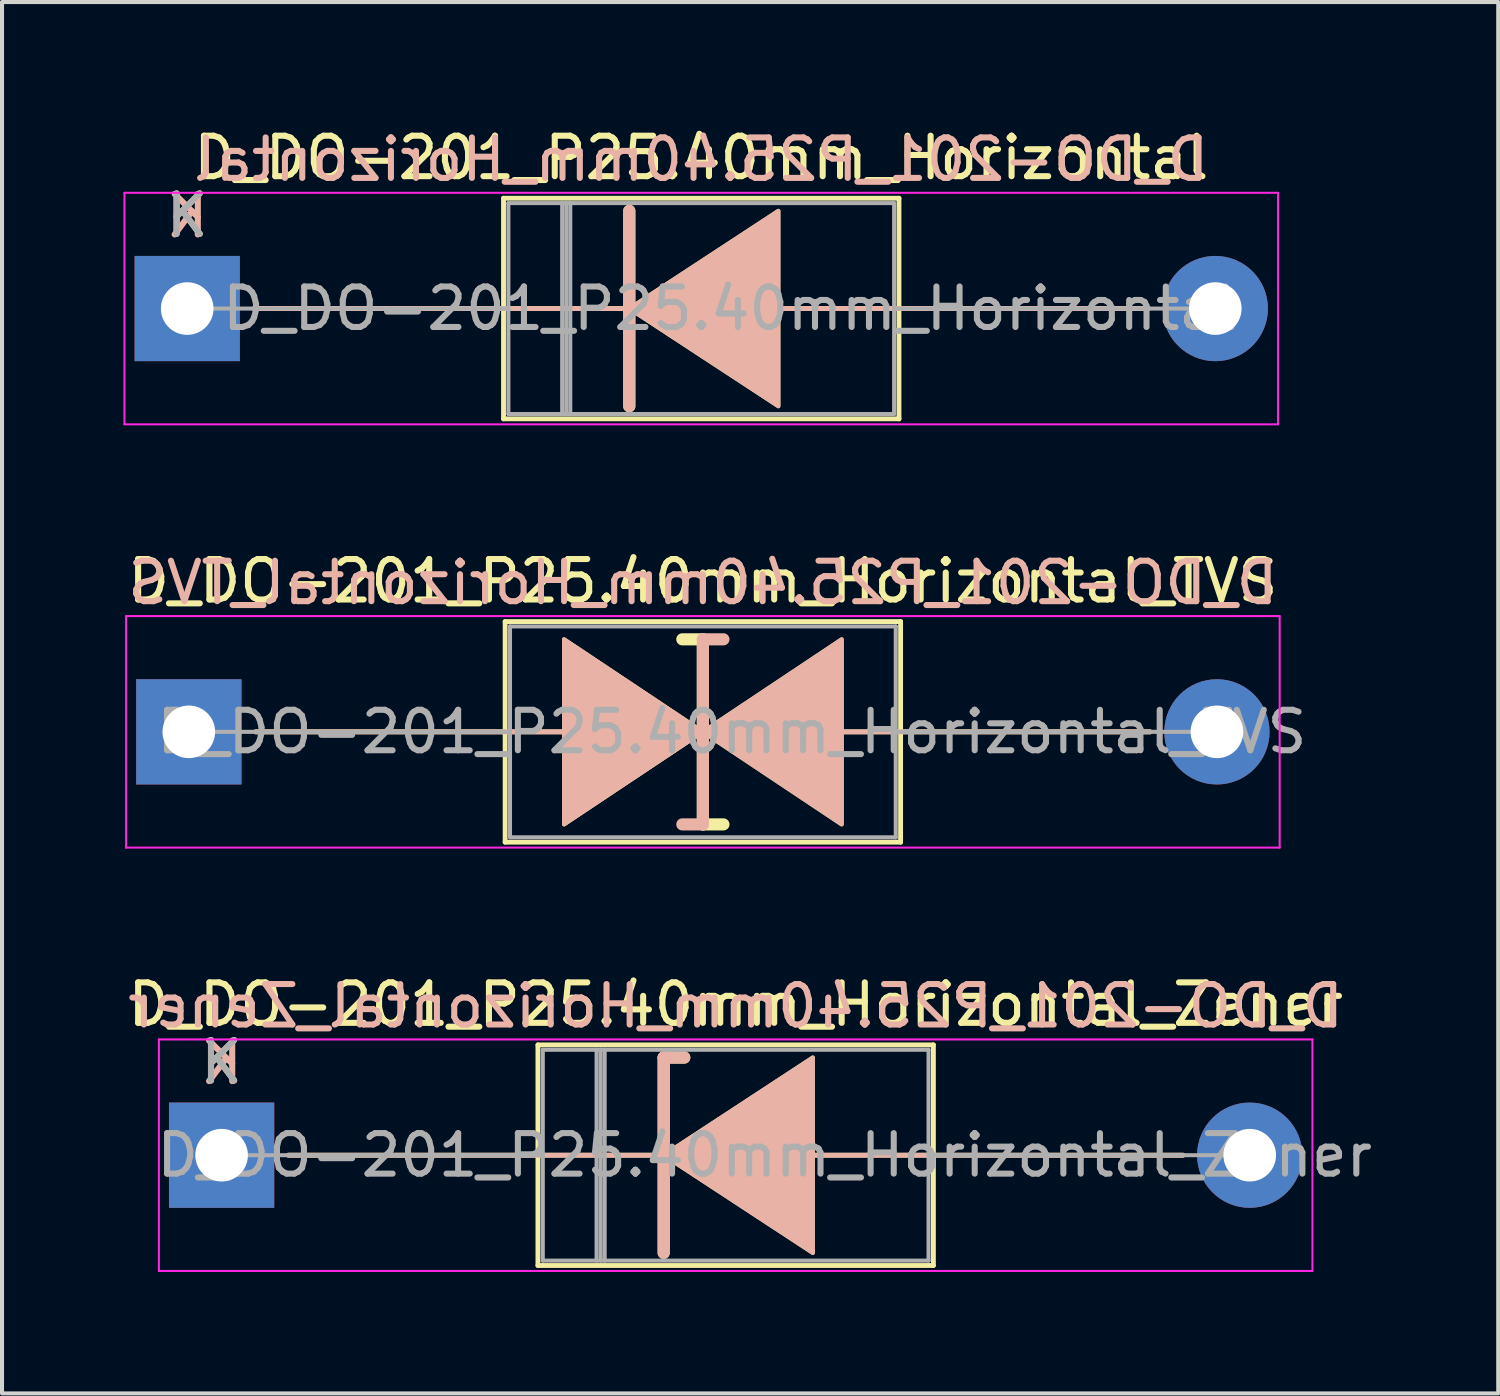
<source format=kicad_pcb>
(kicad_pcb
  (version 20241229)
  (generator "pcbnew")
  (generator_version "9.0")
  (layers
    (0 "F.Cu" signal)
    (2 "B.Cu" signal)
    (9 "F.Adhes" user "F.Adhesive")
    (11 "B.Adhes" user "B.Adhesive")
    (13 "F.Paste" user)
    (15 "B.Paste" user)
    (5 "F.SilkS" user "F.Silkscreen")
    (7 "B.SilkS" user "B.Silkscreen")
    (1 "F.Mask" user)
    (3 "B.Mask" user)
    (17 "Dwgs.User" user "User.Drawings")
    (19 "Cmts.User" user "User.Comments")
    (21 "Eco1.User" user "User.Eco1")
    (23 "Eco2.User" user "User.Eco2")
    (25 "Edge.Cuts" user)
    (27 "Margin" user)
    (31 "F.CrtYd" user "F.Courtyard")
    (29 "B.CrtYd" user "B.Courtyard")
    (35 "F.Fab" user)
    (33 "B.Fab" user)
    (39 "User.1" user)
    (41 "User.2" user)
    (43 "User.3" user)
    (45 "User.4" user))
  (footprint "D_DO-201_P25.40mm_Horizontal_TVS"
    (layer "F.Cu")
    (at 1.615 15.031)
    (property "Reference" "D_DO-201_P25.40mm_Horizontal_TVS" (at 12.7 -3.725 0) (layer "F.SilkS") (effects (font (size 1 1) (thickness 0.15))))
    (fp_line (start 1.651 0) (end 7.815 0) (stroke (width 0.12) (type solid)) (layer "F.SilkS"))
    (fp_line (start 7.815 -2.725) (end 7.815 2.725) (stroke (width 0.12) (type solid)) (layer "F.SilkS"))
    (fp_line (start 7.815 0) (end 9.271 0) (stroke (width 0.12) (type solid)) (layer "F.SilkS"))
    (fp_line (start 7.815 2.725) (end 17.585 2.725) (stroke (width 0.12) (type solid)) (layer "F.SilkS"))
    (fp_line (start 12.7 -2.286) (end 12.192 -2.286) (stroke (width 0.3) (type solid)) (layer "F.SilkS"))
    (fp_line (start 12.7 2.286) (end 12.7 -2.286) (stroke (width 0.3) (type solid)) (layer "F.SilkS"))
    (fp_line (start 13.208 2.286) (end 12.7 2.286) (stroke (width 0.3) (type solid)) (layer "F.SilkS"))
    (fp_line (start 16.129 0) (end 17.585 0) (stroke (width 0.12) (type solid)) (layer "F.SilkS"))
    (fp_line (start 17.585 -2.725) (end 7.815 -2.725) (stroke (width 0.12) (type solid)) (layer "F.SilkS"))
    (fp_line (start 17.585 2.725) (end 17.585 -2.725) (stroke (width 0.12) (type solid)) (layer "F.SilkS"))
    (fp_line (start 23.749 0) (end 17.585 0) (stroke (width 0.12) (type solid)) (layer "F.SilkS"))
    (fp_poly (pts (xy 12.7 0) (xy 9.271 2.286) (xy 9.271 -2.286)) (stroke (width 0.1) (type solid)) (fill yes) (layer "F.SilkS"))
    (fp_poly (pts (xy 12.7 0) (xy 16.129 -2.286) (xy 16.129 2.286)) (stroke (width 0.1) (type solid)) (fill yes) (layer "F.SilkS"))
    (fp_line (start 1.651 0) (end 7.815 0) (stroke (width 0.12) (type solid)) (layer "B.SilkS"))
    (fp_line (start 7.815 0) (end 9.271 0) (stroke (width 0.12) (type solid)) (layer "B.SilkS"))
    (fp_line (start 12.7 -2.286) (end 12.7 2.286) (stroke (width 0.3) (type solid)) (layer "B.SilkS"))
    (fp_line (start 12.7 2.286) (end 12.192 2.286) (stroke (width 0.3) (type solid)) (layer "B.SilkS"))
    (fp_line (start 13.208 -2.286) (end 12.7 -2.286) (stroke (width 0.3) (type solid)) (layer "B.SilkS"))
    (fp_line (start 16.129 0) (end 17.585 0) (stroke (width 0.12) (type solid)) (layer "B.SilkS"))
    (fp_line (start 23.749 0) (end 17.585 0) (stroke (width 0.12) (type solid)) (layer "B.SilkS"))
    (fp_poly (pts (xy 12.7 0) (xy 9.271 -2.286) (xy 9.271 2.286)) (stroke (width 0.1) (type solid)) (fill yes) (layer "B.SilkS"))
    (fp_poly (pts (xy 12.7 0) (xy 16.129 2.286) (xy 16.129 -2.286)) (stroke (width 0.1) (type solid)) (fill yes) (layer "B.SilkS"))
    (fp_line (start -1.55 -2.86) (end -1.55 2.86) (stroke (width 0.05) (type solid)) (layer "F.CrtYd"))
    (fp_line (start -1.55 2.86) (end 26.95 2.86) (stroke (width 0.05) (type solid)) (layer "F.CrtYd"))
    (fp_line (start 26.95 -2.86) (end -1.55 -2.86) (stroke (width 0.05) (type solid)) (layer "F.CrtYd"))
    (fp_line (start 26.95 2.86) (end 26.95 -2.86) (stroke (width 0.05) (type solid)) (layer "F.CrtYd"))
    (fp_line (start 0 0) (end 7.935 0) (stroke (width 0.1) (type solid)) (layer "F.Fab"))
    (fp_line (start 7.935 -2.605) (end 7.935 2.605) (stroke (width 0.1) (type solid)) (layer "F.Fab"))
    (fp_line (start 7.935 2.605) (end 17.465 2.605) (stroke (width 0.1) (type solid)) (layer "F.Fab"))
    (fp_line (start 17.465 -2.605) (end 7.935 -2.605) (stroke (width 0.1) (type solid)) (layer "F.Fab"))
    (fp_line (start 17.465 2.605) (end 17.465 -2.605) (stroke (width 0.1) (type solid)) (layer "F.Fab"))
    (fp_line (start 25.4 0) (end 17.465 0) (stroke (width 0.1) (type solid)) (layer "F.Fab"))
    (fp_text user "${REFERENCE}" (at 12.7 -3.683 0) (layer "B.SilkS") (effects (font (size 1 1) (thickness 0.15)) (justify mirror)))
    (fp_text user "${REFERENCE}" (at 13.415 0 0) (layer "F.Fab") (effects (font (size 1 1) (thickness 0.15))))
    (pad "1" thru_hole rect (at 0 0) (size 2.6 2.6) (drill 1.3) (layers "*.Cu" "*.Mask"))
    (pad "2" thru_hole oval (at 25.4 0) (size 2.6 2.6) (drill 1.3) (layers "*.Cu" "*.Mask")))
  (footprint "D_DO-201_P25.40mm_Horizontal_Zener"
    (layer "F.Cu")
    (at 2.425 25.49)
    (property "Reference" "D_DO-201_P25.40mm_Horizontal_Zener" (at 12.7 -3.725 0) (layer "F.SilkS") (effects (font (size 1 1) (thickness 0.15))))
    (fp_line (start 1.651 0) (end 7.815 0) (stroke (width 0.12) (type solid)) (layer "F.SilkS"))
    (fp_line (start 7.815 -2.725) (end 7.815 2.725) (stroke (width 0.12) (type solid)) (layer "F.SilkS"))
    (fp_line (start 7.815 2.725) (end 17.585 2.725) (stroke (width 0.12) (type solid)) (layer "F.SilkS"))
    (fp_line (start 10.922 -2.413) (end 10.922 2.413) (stroke (width 0.3) (type solid)) (layer "F.SilkS"))
    (fp_line (start 10.922 -2.413) (end 11.43 -2.413) (stroke (width 0.3) (type solid)) (layer "F.SilkS"))
    (fp_line (start 10.922 0) (end 7.815 0) (stroke (width 0.12) (type solid)) (layer "F.SilkS"))
    (fp_line (start 14.605 0) (end 17.585 0) (stroke (width 0.12) (type solid)) (layer "F.SilkS"))
    (fp_line (start 17.585 -2.725) (end 7.815 -2.725) (stroke (width 0.12) (type solid)) (layer "F.SilkS"))
    (fp_line (start 17.585 2.725) (end 17.585 -2.725) (stroke (width 0.12) (type solid)) (layer "F.SilkS"))
    (fp_line (start 23.749 0) (end 17.585 0) (stroke (width 0.12) (type solid)) (layer "F.SilkS"))
    (fp_poly (pts (xy 14.605 2.413) (xy 10.922 0) (xy 14.605 -2.413)) (stroke (width 0.1) (type solid)) (fill yes) (layer "F.SilkS"))
    (fp_line (start 1.651 0) (end 7.815 0) (stroke (width 0.12) (type solid)) (layer "B.SilkS"))
    (fp_line (start 10.922 -2.413) (end 11.43 -2.413) (stroke (width 0.3) (type solid)) (layer "B.SilkS"))
    (fp_line (start 10.922 0) (end 7.815 0) (stroke (width 0.12) (type solid)) (layer "B.SilkS"))
    (fp_line (start 10.922 2.413) (end 10.922 -2.413) (stroke (width 0.3) (type solid)) (layer "B.SilkS"))
    (fp_line (start 14.605 0) (end 17.585 0) (stroke (width 0.12) (type solid)) (layer "B.SilkS"))
    (fp_line (start 23.749 0) (end 17.585 0) (stroke (width 0.12) (type solid)) (layer "B.SilkS"))
    (fp_poly (pts (xy 14.605 -2.413) (xy 10.922 0) (xy 14.605 2.413)) (stroke (width 0.1) (type solid)) (fill yes) (layer "B.SilkS"))
    (fp_line (start -1.55 -2.86) (end -1.55 2.86) (stroke (width 0.05) (type solid)) (layer "F.CrtYd"))
    (fp_line (start -1.55 2.86) (end 26.95 2.86) (stroke (width 0.05) (type solid)) (layer "F.CrtYd"))
    (fp_line (start 26.95 -2.86) (end -1.55 -2.86) (stroke (width 0.05) (type solid)) (layer "F.CrtYd"))
    (fp_line (start 26.95 2.86) (end 26.95 -2.86) (stroke (width 0.05) (type solid)) (layer "F.CrtYd"))
    (fp_line (start 0 0) (end 7.935 0) (stroke (width 0.1) (type solid)) (layer "F.Fab"))
    (fp_line (start 7.935 -2.605) (end 7.935 2.605) (stroke (width 0.1) (type solid)) (layer "F.Fab"))
    (fp_line (start 7.935 2.605) (end 17.465 2.605) (stroke (width 0.1) (type solid)) (layer "F.Fab"))
    (fp_line (start 9.264 -2.605) (end 9.264 2.605) (stroke (width 0.1) (type solid)) (layer "F.Fab"))
    (fp_line (start 9.364 -2.605) (end 9.364 2.605) (stroke (width 0.1) (type solid)) (layer "F.Fab"))
    (fp_line (start 9.464 -2.605) (end 9.464 2.605) (stroke (width 0.1) (type solid)) (layer "F.Fab"))
    (fp_line (start 17.465 -2.605) (end 7.935 -2.605) (stroke (width 0.1) (type solid)) (layer "F.Fab"))
    (fp_line (start 17.465 2.605) (end 17.465 -2.605) (stroke (width 0.1) (type solid)) (layer "F.Fab"))
    (fp_line (start 25.4 0) (end 17.465 0) (stroke (width 0.1) (type solid)) (layer "F.Fab"))
    (fp_text user "K" (at 0 -2.3 0) (layer "F.SilkS") (effects (font (size 1 1) (thickness 0.15))))
    (fp_text user "K" (at 0 -2.286 0) (layer "B.SilkS") (effects (font (size 1 1) (thickness 0.15)) (justify mirror)))
    (fp_text user "${REFERENCE}" (at 12.7 -3.683 0) (layer "B.SilkS") (effects (font (size 1 1) (thickness 0.15)) (justify mirror)))
    (fp_text user "${REFERENCE}" (at 13.415 0 0) (layer "F.Fab") (effects (font (size 1 1) (thickness 0.15))))
    (fp_text user "K" (at 0 -2.3 0) (layer "F.Fab") (effects (font (size 1 1) (thickness 0.15))))
    (pad "1" thru_hole rect (at 0 0) (size 2.6 2.6) (drill 1.3) (layers "*.Cu" "*.Mask"))
    (pad "2" thru_hole oval (at 25.4 0) (size 2.6 2.6) (drill 1.3) (layers "*.Cu" "*.Mask")))
  (footprint "D_DO-201_P25.40mm_Horizontal"
    (layer "F.Cu")
    (at 1.575 4.573)
    (property "Reference" "D_DO-201_P25.40mm_Horizontal" (at 12.7 -3.725 0) (layer "F.SilkS") (effects (font (size 1 1) (thickness 0.15))))
    (fp_line (start 1.651 0) (end 7.815 0) (stroke (width 0.12) (type solid)) (layer "F.SilkS"))
    (fp_line (start 7.815 -2.725) (end 7.815 2.725) (stroke (width 0.12) (type solid)) (layer "F.SilkS"))
    (fp_line (start 7.815 2.725) (end 17.585 2.725) (stroke (width 0.12) (type solid)) (layer "F.SilkS"))
    (fp_line (start 10.922 -2.413) (end 10.922 2.413) (stroke (width 0.3) (type solid)) (layer "F.SilkS"))
    (fp_line (start 10.922 0) (end 7.815 0) (stroke (width 0.12) (type solid)) (layer "F.SilkS"))
    (fp_line (start 14.605 0) (end 17.585 0) (stroke (width 0.12) (type solid)) (layer "F.SilkS"))
    (fp_line (start 17.585 -2.725) (end 7.815 -2.725) (stroke (width 0.12) (type solid)) (layer "F.SilkS"))
    (fp_line (start 17.585 2.725) (end 17.585 -2.725) (stroke (width 0.12) (type solid)) (layer "F.SilkS"))
    (fp_line (start 23.749 0) (end 17.585 0) (stroke (width 0.12) (type solid)) (layer "F.SilkS"))
    (fp_poly (pts (xy 14.605 2.413) (xy 10.922 0) (xy 14.605 -2.413)) (stroke (width 0.1) (type solid)) (fill yes) (layer "F.SilkS"))
    (fp_line (start 1.651 0) (end 7.815 0) (stroke (width 0.12) (type solid)) (layer "B.SilkS"))
    (fp_line (start 10.922 0) (end 7.815 0) (stroke (width 0.12) (type solid)) (layer "B.SilkS"))
    (fp_line (start 10.922 2.413) (end 10.922 -2.413) (stroke (width 0.3) (type solid)) (layer "B.SilkS"))
    (fp_line (start 14.605 0) (end 17.585 0) (stroke (width 0.12) (type solid)) (layer "B.SilkS"))
    (fp_line (start 23.749 0) (end 17.585 0) (stroke (width 0.12) (type solid)) (layer "B.SilkS"))
    (fp_poly (pts (xy 14.605 -2.413) (xy 10.922 0) (xy 14.605 2.413)) (stroke (width 0.1) (type solid)) (fill yes) (layer "B.SilkS"))
    (fp_line (start -1.55 -2.86) (end -1.55 2.86) (stroke (width 0.05) (type solid)) (layer "F.CrtYd"))
    (fp_line (start -1.55 2.86) (end 26.95 2.86) (stroke (width 0.05) (type solid)) (layer "F.CrtYd"))
    (fp_line (start 26.95 -2.86) (end -1.55 -2.86) (stroke (width 0.05) (type solid)) (layer "F.CrtYd"))
    (fp_line (start 26.95 2.86) (end 26.95 -2.86) (stroke (width 0.05) (type solid)) (layer "F.CrtYd"))
    (fp_line (start 0 0) (end 7.935 0) (stroke (width 0.1) (type solid)) (layer "F.Fab"))
    (fp_line (start 7.935 -2.605) (end 7.935 2.605) (stroke (width 0.1) (type solid)) (layer "F.Fab"))
    (fp_line (start 7.935 2.605) (end 17.465 2.605) (stroke (width 0.1) (type solid)) (layer "F.Fab"))
    (fp_line (start 9.264 -2.605) (end 9.264 2.605) (stroke (width 0.1) (type solid)) (layer "F.Fab"))
    (fp_line (start 9.364 -2.605) (end 9.364 2.605) (stroke (width 0.1) (type solid)) (layer "F.Fab"))
    (fp_line (start 9.464 -2.605) (end 9.464 2.605) (stroke (width 0.1) (type solid)) (layer "F.Fab"))
    (fp_line (start 17.465 -2.605) (end 7.935 -2.605) (stroke (width 0.1) (type solid)) (layer "F.Fab"))
    (fp_line (start 17.465 2.605) (end 17.465 -2.605) (stroke (width 0.1) (type solid)) (layer "F.Fab"))
    (fp_line (start 25.4 0) (end 17.465 0) (stroke (width 0.1) (type solid)) (layer "F.Fab"))
    (fp_text user "K" (at 0 -2.3 0) (layer "F.SilkS") (effects (font (size 1 1) (thickness 0.15))))
    (fp_text user "K" (at 0 -2.286 0) (layer "B.SilkS") (effects (font (size 1 1) (thickness 0.15)) (justify mirror)))
    (fp_text user "${REFERENCE}" (at 12.7 -3.683 0) (layer "B.SilkS") (effects (font (size 1 1) (thickness 0.15)) (justify mirror)))
    (fp_text user "K" (at 0 -2.3 0) (layer "F.Fab") (effects (font (size 1 1) (thickness 0.15))))
    (fp_text user "${REFERENCE}" (at 13.415 0 0) (layer "F.Fab") (effects (font (size 1 1) (thickness 0.15))))
    (pad "1" thru_hole rect (at 0 0) (size 2.6 2.6) (drill 1.3) (layers "*.Cu" "*.Mask"))
    (pad "2" thru_hole oval (at 25.4 0) (size 2.6 2.6) (drill 1.3) (layers "*.Cu" "*.Mask")))
  (gr_rect
    (start -3 -3)
    (end 33.965 31.375)
    (stroke (width 0.1) (type default))
    (fill no)
    (layer "Edge.Cuts")))
</source>
